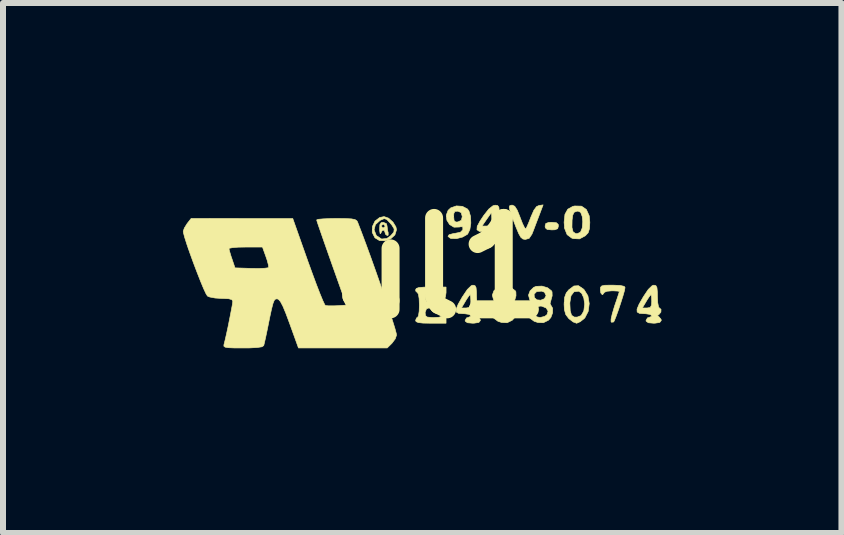
<source format=kicad_pcb>
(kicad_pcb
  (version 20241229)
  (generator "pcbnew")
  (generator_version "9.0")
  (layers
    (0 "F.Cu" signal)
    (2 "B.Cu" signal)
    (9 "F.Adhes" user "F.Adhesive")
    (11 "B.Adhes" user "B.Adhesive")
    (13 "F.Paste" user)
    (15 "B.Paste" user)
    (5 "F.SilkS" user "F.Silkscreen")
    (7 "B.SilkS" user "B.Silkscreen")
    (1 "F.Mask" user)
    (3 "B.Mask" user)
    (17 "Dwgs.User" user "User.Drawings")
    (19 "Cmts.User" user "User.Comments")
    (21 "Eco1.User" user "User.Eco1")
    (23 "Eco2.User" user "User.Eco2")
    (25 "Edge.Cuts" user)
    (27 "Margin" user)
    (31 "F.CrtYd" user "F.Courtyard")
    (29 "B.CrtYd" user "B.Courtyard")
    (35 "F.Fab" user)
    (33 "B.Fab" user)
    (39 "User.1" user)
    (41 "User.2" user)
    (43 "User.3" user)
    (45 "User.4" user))
  (footprint "ul1"
    (layer "F.Cu")
    (at 4.26 1.418)
    (property "Reference" "ul1" (at 0 0 0) (layer "F.SilkS") (effects (font (size 1.524 1.524) (thickness 0.3))))
    (attr through_hole)
    (fp_poly (pts (xy 1.966 -0.755) (xy 1.997 -0.727) (xy 2 -0.699) (xy 1.988 -0.655) (xy 1.939 -0.637) (xy 1.889 -0.635) (xy 1.813 -0.642) (xy 1.782 -0.67) (xy 1.778 -0.699) (xy 1.79 -0.742) (xy 1.839 -0.76) (xy 1.889 -0.762) (xy 1.966 -0.755)) (stroke (width 0.01) (type solid)) (fill yes) (layer "F.SilkS"))
    (fp_poly (pts (xy -0.867 -0.739) (xy -0.857 -0.701) (xy -0.847 -0.621) (xy -0.838 -0.59) (xy -0.838 -0.548) (xy -0.854 -0.54) (xy -0.885 -0.565) (xy -0.889 -0.587) (xy -0.905 -0.63) (xy -0.937 -0.625) (xy -0.962 -0.579) (xy -0.972 -0.571) (xy -0.979 -0.615) (xy -0.981 -0.643) (xy -0.978 -0.699) (xy -0.953 -0.699) (xy -0.928 -0.668) (xy -0.921 -0.667) (xy -0.89 -0.691) (xy -0.889 -0.699) (xy -0.913 -0.729) (xy -0.921 -0.73) (xy -0.952 -0.706) (xy -0.953 -0.699) (xy -0.978 -0.699) (xy -0.977 -0.722) (xy -0.955 -0.756) (xy -0.921 -0.762) (xy -0.867 -0.739)) (stroke (width 0.01) (type solid)) (fill yes) (layer "F.SilkS"))
    (fp_poly (pts (xy -0.832 -0.831) (xy -0.759 -0.766) (xy -0.709 -0.685) (xy -0.699 -0.637) (xy -0.726 -0.551) (xy -0.796 -0.487) (xy -0.888 -0.454) (xy -0.983 -0.457) (xy -1.059 -0.503) (xy -1.104 -0.593) (xy -1.103 -0.636) (xy -1.073 -0.636) (xy -1.039 -0.549) (xy -1.03 -0.537) (xy -0.948 -0.483) (xy -0.86 -0.492) (xy -0.794 -0.54) (xy -0.744 -0.599) (xy -0.738 -0.651) (xy -0.776 -0.714) (xy -0.808 -0.752) (xy -0.862 -0.809) (xy -0.904 -0.823) (xy -0.96 -0.8) (xy -0.974 -0.793) (xy -1.051 -0.723) (xy -1.073 -0.636) (xy -1.103 -0.636) (xy -1.101 -0.692) (xy -1.058 -0.781) (xy -0.981 -0.841) (xy -0.907 -0.857) (xy -0.832 -0.831)) (stroke (width 0.01) (type solid)) (fill yes) (layer "F.SilkS"))
    (fp_poly (pts (xy 1.669 -0.851) (xy 1.624 -0.733) (xy 1.584 -0.627) (xy 1.559 -0.564) (xy 1.512 -0.494) (xy 1.448 -0.476) (xy 1.408 -0.483) (xy 1.373 -0.512) (xy 1.338 -0.574) (xy 1.293 -0.681) (xy 1.273 -0.733) (xy 1.22 -0.872) (xy 1.19 -0.963) (xy 1.18 -1.016) (xy 1.19 -1.04) (xy 1.217 -1.047) (xy 1.232 -1.048) (xy 1.272 -1.029) (xy 1.313 -0.965) (xy 1.36 -0.849) (xy 1.363 -0.84) (xy 1.402 -0.74) (xy 1.435 -0.673) (xy 1.455 -0.651) (xy 1.456 -0.651) (xy 1.476 -0.689) (xy 1.51 -0.768) (xy 1.542 -0.851) (xy 1.591 -0.963) (xy 1.636 -1.024) (xy 1.677 -1.042) (xy 1.745 -1.052) (xy 1.669 -0.851)) (stroke (width 0.01) (type solid)) (fill yes) (layer "F.SilkS"))
    (fp_poly (pts (xy 2.385 -1.031) (xy 2.466 -0.975) (xy 2.514 -0.869) (xy 2.524 -0.762) (xy 2.518 -0.655) (xy 2.496 -0.587) (xy 2.449 -0.537) (xy 2.352 -0.485) (xy 2.248 -0.49) (xy 2.223 -0.498) (xy 2.145 -0.556) (xy 2.103 -0.661) (xy 2.102 -0.676) (xy 2.226 -0.676) (xy 2.244 -0.604) (xy 2.287 -0.574) (xy 2.314 -0.572) (xy 2.368 -0.597) (xy 2.397 -0.667) (xy 2.406 -0.771) (xy 2.397 -0.859) (xy 2.371 -0.928) (xy 2.328 -0.948) (xy 2.307 -0.946) (xy 2.262 -0.929) (xy 2.239 -0.88) (xy 2.228 -0.798) (xy 2.226 -0.676) (xy 2.102 -0.676) (xy 2.095 -0.762) (xy 2.109 -0.895) (xy 2.156 -0.98) (xy 2.24 -1.027) (xy 2.271 -1.034) (xy 2.385 -1.031)) (stroke (width 0.01) (type solid)) (fill yes) (layer "F.SilkS"))
    (fp_poly (pts (xy 3.03 0.291) (xy 3.096 0.306) (xy 3.111 0.325) (xy 3.102 0.376) (xy 3.076 0.467) (xy 3.04 0.581) (xy 3.001 0.698) (xy 2.963 0.803) (xy 2.934 0.876) (xy 2.921 0.9) (xy 2.886 0.905) (xy 2.878 0.896) (xy 2.878 0.853) (xy 2.897 0.768) (xy 2.93 0.656) (xy 2.937 0.633) (xy 2.975 0.522) (xy 3.003 0.437) (xy 3.016 0.394) (xy 3.016 0.391) (xy 2.988 0.385) (xy 2.918 0.381) (xy 2.889 0.381) (xy 2.81 0.388) (xy 2.765 0.406) (xy 2.762 0.413) (xy 2.738 0.444) (xy 2.731 0.445) (xy 2.707 0.417) (xy 2.699 0.365) (xy 2.702 0.322) (xy 2.723 0.299) (xy 2.774 0.288) (xy 2.871 0.286) (xy 2.905 0.286) (xy 3.03 0.291)) (stroke (width 0.01) (type solid)) (fill yes) (layer "F.SilkS"))
    (fp_poly (pts (xy 2.416 0.35) (xy 2.43 0.364) (xy 2.492 0.465) (xy 2.514 0.593) (xy 2.497 0.723) (xy 2.442 0.83) (xy 2.43 0.843) (xy 2.363 0.896) (xy 2.306 0.921) (xy 2.302 0.921) (xy 2.246 0.9) (xy 2.179 0.848) (xy 2.173 0.843) (xy 2.123 0.777) (xy 2.1 0.696) (xy 2.095 0.603) (xy 2.096 0.589) (xy 2.191 0.589) (xy 2.197 0.714) (xy 2.219 0.788) (xy 2.263 0.818) (xy 2.313 0.819) (xy 2.379 0.793) (xy 2.419 0.725) (xy 2.425 0.706) (xy 2.438 0.601) (xy 2.423 0.499) (xy 2.387 0.421) (xy 2.339 0.387) (xy 2.26 0.397) (xy 2.21 0.463) (xy 2.191 0.578) (xy 2.191 0.589) (xy 2.096 0.589) (xy 2.103 0.491) (xy 2.131 0.416) (xy 2.173 0.364) (xy 2.258 0.3) (xy 2.334 0.295) (xy 2.416 0.35)) (stroke (width 0.01) (type solid)) (fill yes) (layer "F.SilkS"))
    (fp_poly (pts (xy 0.399 -1.028) (xy 0.482 -0.985) (xy 0.508 -0.952) (xy 0.535 -0.86) (xy 0.54 -0.748) (xy 0.524 -0.642) (xy 0.488 -0.567) (xy 0.482 -0.561) (xy 0.404 -0.516) (xy 0.304 -0.49) (xy 0.216 -0.491) (xy 0.198 -0.496) (xy 0.159 -0.527) (xy 0.178 -0.555) (xy 0.249 -0.574) (xy 0.278 -0.578) (xy 0.366 -0.596) (xy 0.405 -0.635) (xy 0.407 -0.646) (xy 0.405 -0.687) (xy 0.363 -0.687) (xy 0.351 -0.683) (xy 0.259 -0.68) (xy 0.187 -0.723) (xy 0.141 -0.795) (xy 0.133 -0.857) (xy 0.254 -0.857) (xy 0.261 -0.789) (xy 0.29 -0.766) (xy 0.325 -0.768) (xy 0.382 -0.795) (xy 0.397 -0.857) (xy 0.379 -0.923) (xy 0.325 -0.947) (xy 0.275 -0.944) (xy 0.256 -0.907) (xy 0.254 -0.857) (xy 0.133 -0.857) (xy 0.13 -0.88) (xy 0.161 -0.961) (xy 0.205 -1.002) (xy 0.299 -1.035) (xy 0.399 -1.028)) (stroke (width 0.01) (type solid)) (fill yes) (layer "F.SilkS"))
    (fp_poly (pts (xy 0.986 -1.042) (xy 1.007 -1.015) (xy 1.015 -0.95) (xy 1.016 -0.873) (xy 1.02 -0.768) (xy 1.035 -0.714) (xy 1.064 -0.699) (xy 1.106 -0.673) (xy 1.111 -0.651) (xy 1.086 -0.609) (xy 1.064 -0.603) (xy 1.025 -0.577) (xy 1.016 -0.54) (xy 0.994 -0.487) (xy 0.953 -0.476) (xy 0.899 -0.499) (xy 0.889 -0.54) (xy 0.878 -0.581) (xy 0.835 -0.6) (xy 0.762 -0.603) (xy 0.681 -0.611) (xy 0.642 -0.637) (xy 0.646 -0.691) (xy 0.649 -0.699) (xy 0.726 -0.699) (xy 0.807 -0.699) (xy 0.862 -0.706) (xy 0.884 -0.741) (xy 0.889 -0.815) (xy 0.887 -0.887) (xy 0.881 -0.919) (xy 0.879 -0.918) (xy 0.856 -0.886) (xy 0.811 -0.822) (xy 0.797 -0.802) (xy 0.726 -0.699) (xy 0.649 -0.699) (xy 0.692 -0.78) (xy 0.754 -0.874) (xy 0.839 -0.982) (xy 0.908 -1.037) (xy 0.945 -1.047) (xy 0.986 -1.042)) (stroke (width 0.01) (type solid)) (fill yes) (layer "F.SilkS"))
    (fp_poly (pts (xy 0.609 0.294) (xy 0.627 0.327) (xy 0.634 0.401) (xy 0.635 0.476) (xy 0.64 0.578) (xy 0.652 0.647) (xy 0.667 0.667) (xy 0.695 0.689) (xy 0.693 0.735) (xy 0.663 0.773) (xy 0.659 0.775) (xy 0.635 0.796) (xy 0.659 0.812) (xy 0.695 0.857) (xy 0.699 0.876) (xy 0.674 0.908) (xy 0.595 0.92) (xy 0.572 0.921) (xy 0.483 0.913) (xy 0.447 0.887) (xy 0.445 0.873) (xy 0.47 0.831) (xy 0.492 0.826) (xy 0.534 0.808) (xy 0.54 0.794) (xy 0.512 0.774) (xy 0.441 0.763) (xy 0.413 0.762) (xy 0.336 0.757) (xy 0.296 0.734) (xy 0.294 0.687) (xy 0.303 0.667) (xy 0.383 0.667) (xy 0.461 0.667) (xy 0.514 0.658) (xy 0.536 0.62) (xy 0.54 0.556) (xy 0.537 0.482) (xy 0.529 0.445) (xy 0.527 0.445) (xy 0.505 0.469) (xy 0.464 0.53) (xy 0.449 0.556) (xy 0.383 0.667) (xy 0.303 0.667) (xy 0.329 0.604) (xy 0.4 0.479) (xy 0.401 0.479) (xy 0.482 0.358) (xy 0.547 0.295) (xy 0.575 0.286) (xy 0.609 0.294)) (stroke (width 0.01) (type solid)) (fill yes) (layer "F.SilkS"))
    (fp_poly (pts (xy 3.625 0.294) (xy 3.643 0.327) (xy 3.65 0.401) (xy 3.651 0.476) (xy 3.656 0.578) (xy 3.669 0.647) (xy 3.683 0.667) (xy 3.711 0.689) (xy 3.709 0.735) (xy 3.679 0.773) (xy 3.675 0.775) (xy 3.652 0.796) (xy 3.675 0.812) (xy 3.712 0.857) (xy 3.715 0.876) (xy 3.69 0.908) (xy 3.612 0.92) (xy 3.588 0.921) (xy 3.499 0.913) (xy 3.463 0.887) (xy 3.461 0.873) (xy 3.486 0.831) (xy 3.508 0.826) (xy 3.551 0.808) (xy 3.556 0.794) (xy 3.528 0.774) (xy 3.457 0.763) (xy 3.429 0.762) (xy 3.352 0.757) (xy 3.313 0.734) (xy 3.311 0.687) (xy 3.319 0.667) (xy 3.399 0.667) (xy 3.478 0.667) (xy 3.531 0.658) (xy 3.552 0.62) (xy 3.556 0.556) (xy 3.553 0.482) (xy 3.545 0.445) (xy 3.543 0.445) (xy 3.521 0.469) (xy 3.48 0.53) (xy 3.465 0.556) (xy 3.399 0.667) (xy 3.319 0.667) (xy 3.345 0.604) (xy 3.417 0.479) (xy 3.417 0.479) (xy 3.498 0.358) (xy 3.563 0.295) (xy 3.591 0.286) (xy 3.625 0.294)) (stroke (width 0.01) (type solid)) (fill yes) (layer "F.SilkS"))
    (fp_poly (pts (xy 1.216 0.33) (xy 1.281 0.38) (xy 1.291 0.398) (xy 1.293 0.464) (xy 1.275 0.525) (xy 1.258 0.593) (xy 1.271 0.62) (xy 1.301 0.671) (xy 1.299 0.748) (xy 1.271 0.826) (xy 1.231 0.871) (xy 1.145 0.913) (xy 1.054 0.909) (xy 0.991 0.888) (xy 0.915 0.831) (xy 0.898 0.762) (xy 0.991 0.762) (xy 1.037 0.814) (xy 1.09 0.826) (xy 1.167 0.807) (xy 1.206 0.778) (xy 1.225 0.719) (xy 1.192 0.667) (xy 1.121 0.637) (xy 1.09 0.635) (xy 1.024 0.653) (xy 0.996 0.683) (xy 0.991 0.762) (xy 0.898 0.762) (xy 0.894 0.744) (xy 0.915 0.657) (xy 0.935 0.574) (xy 0.917 0.52) (xy 0.915 0.517) (xy 0.898 0.453) (xy 0.904 0.437) (xy 0.992 0.437) (xy 0.996 0.492) (xy 1.038 0.531) (xy 1.103 0.537) (xy 1.162 0.513) (xy 1.191 0.464) (xy 1.191 0.46) (xy 1.165 0.404) (xy 1.116 0.386) (xy 1.034 0.394) (xy 0.992 0.437) (xy 0.904 0.437) (xy 0.924 0.381) (xy 0.985 0.323) (xy 1.027 0.306) (xy 1.123 0.302) (xy 1.216 0.33)) (stroke (width 0.01) (type solid)) (fill yes) (layer "F.SilkS"))
    (fp_poly (pts (xy 1.82 0.33) (xy 1.884 0.38) (xy 1.894 0.398) (xy 1.896 0.464) (xy 1.879 0.525) (xy 1.861 0.593) (xy 1.874 0.62) (xy 1.904 0.671) (xy 1.903 0.748) (xy 1.874 0.826) (xy 1.834 0.871) (xy 1.748 0.913) (xy 1.657 0.909) (xy 1.595 0.888) (xy 1.518 0.831) (xy 1.502 0.762) (xy 1.594 0.762) (xy 1.64 0.814) (xy 1.694 0.826) (xy 1.77 0.807) (xy 1.81 0.778) (xy 1.828 0.719) (xy 1.796 0.667) (xy 1.725 0.637) (xy 1.694 0.635) (xy 1.628 0.653) (xy 1.599 0.683) (xy 1.594 0.762) (xy 1.502 0.762) (xy 1.497 0.744) (xy 1.518 0.657) (xy 1.538 0.574) (xy 1.52 0.52) (xy 1.519 0.517) (xy 1.501 0.453) (xy 1.507 0.437) (xy 1.595 0.437) (xy 1.599 0.492) (xy 1.641 0.531) (xy 1.706 0.537) (xy 1.766 0.513) (xy 1.794 0.464) (xy 1.794 0.46) (xy 1.768 0.404) (xy 1.719 0.386) (xy 1.637 0.394) (xy 1.595 0.437) (xy 1.507 0.437) (xy 1.528 0.381) (xy 1.588 0.323) (xy 1.63 0.306) (xy 1.726 0.302) (xy 1.82 0.33)) (stroke (width 0.01) (type solid)) (fill yes) (layer "F.SilkS"))
    (fp_poly (pts (xy 0.127 0.411) (xy 0.116 0.486) (xy 0.089 0.525) (xy 0.059 0.518) (xy 0.042 0.479) (xy 0.016 0.434) (xy -0.041 0.415) (xy -0.099 0.413) (xy -0.179 0.417) (xy -0.214 0.439) (xy -0.222 0.489) (xy -0.222 0.492) (xy -0.203 0.553) (xy -0.159 0.573) (xy -0.114 0.544) (xy -0.111 0.54) (xy -0.074 0.507) (xy -0.045 0.531) (xy -0.032 0.605) (xy -0.032 0.619) (xy -0.042 0.699) (xy -0.069 0.731) (xy -0.106 0.707) (xy -0.111 0.699) (xy -0.156 0.665) (xy -0.2 0.682) (xy -0.222 0.741) (xy -0.222 0.746) (xy -0.216 0.795) (xy -0.187 0.818) (xy -0.118 0.825) (xy -0.079 0.826) (xy 0.01 0.821) (xy 0.052 0.804) (xy 0.063 0.767) (xy 0.064 0.762) (xy 0.077 0.71) (xy 0.095 0.699) (xy 0.116 0.726) (xy 0.127 0.795) (xy 0.127 0.81) (xy 0.127 0.921) (xy -0.127 0.921) (xy -0.257 0.919) (xy -0.336 0.91) (xy -0.373 0.894) (xy -0.381 0.873) (xy -0.364 0.831) (xy -0.349 0.826) (xy -0.333 0.796) (xy -0.321 0.719) (xy -0.318 0.619) (xy -0.322 0.511) (xy -0.334 0.437) (xy -0.349 0.413) (xy -0.377 0.387) (xy -0.381 0.365) (xy -0.369 0.341) (xy -0.326 0.326) (xy -0.24 0.319) (xy -0.127 0.318) (xy 0.127 0.318) (xy 0.127 0.411)) (stroke (width 0.01) (type solid)) (fill yes) (layer "F.SilkS"))
    (fp_poly (pts (xy -3.276 -0.825) (xy -2.429 -0.825) (xy -2.175 -0.107) (xy -2.102 0.094) (xy -2.035 0.275) (xy -1.976 0.427) (xy -1.929 0.541) (xy -1.897 0.609) (xy -1.885 0.625) (xy -1.835 0.631) (xy -1.746 0.631) (xy -1.691 0.629) (xy -1.533 0.619) (xy -1.781 -0.079) (xy -1.851 -0.278) (xy -1.914 -0.457) (xy -1.966 -0.607) (xy -2.005 -0.72) (xy -2.027 -0.787) (xy -2.03 -0.802) (xy -2.002 -0.812) (xy -1.922 -0.819) (xy -1.806 -0.824) (xy -1.702 -0.826) (xy -1.551 -0.824) (xy -1.452 -0.819) (xy -1.393 -0.808) (xy -1.362 -0.789) (xy -1.35 -0.77) (xy -1.281 -0.591) (xy -1.205 -0.388) (xy -1.125 -0.169) (xy -1.044 0.058) (xy -0.965 0.283) (xy -0.891 0.499) (xy -0.825 0.696) (xy -0.77 0.865) (xy -0.728 0.999) (xy -0.704 1.088) (xy -0.699 1.119) (xy -0.72 1.181) (xy -0.772 1.251) (xy -0.776 1.256) (xy -0.854 1.333) (xy -1.594 1.333) (xy -2.334 1.333) (xy -2.48 0.928) (xy -2.544 0.756) (xy -2.594 0.636) (xy -2.634 0.561) (xy -2.667 0.523) (xy -2.688 0.515) (xy -2.715 0.517) (xy -2.738 0.54) (xy -2.759 0.593) (xy -2.783 0.686) (xy -2.814 0.829) (xy -2.824 0.88) (xy -2.854 1.029) (xy -2.881 1.157) (xy -2.902 1.25) (xy -2.913 1.294) (xy -2.943 1.314) (xy -3.021 1.326) (xy -3.152 1.333) (xy -3.26 1.333) (xy -3.408 1.333) (xy -3.504 1.329) (xy -3.556 1.32) (xy -3.577 1.304) (xy -3.577 1.28) (xy -3.576 1.278) (xy -3.558 1.206) (xy -3.533 1.097) (xy -3.505 0.966) (xy -3.478 0.83) (xy -3.454 0.706) (xy -3.436 0.61) (xy -3.429 0.558) (xy -3.429 0.556) (xy -3.444 0.528) (xy -3.495 0.513) (xy -3.596 0.508) (xy -3.613 0.508) (xy -3.724 0.501) (xy -3.813 0.484) (xy -3.851 0.468) (xy -3.876 0.428) (xy -3.917 0.34) (xy -3.968 0.217) (xy -4.026 0.069) (xy -4.086 -0.089) (xy -4.143 -0.246) (xy -4.17 -0.323) (xy -3.493 -0.323) (xy -3.483 -0.28) (xy -3.459 -0.199) (xy -3.442 -0.15) (xy -3.392 -0.002) (xy -3.117 0.007) (xy -2.992 0.008) (xy -2.894 0.004) (xy -2.838 -0.004) (xy -2.831 -0.009) (xy -2.835 -0.05) (xy -2.856 -0.13) (xy -2.877 -0.191) (xy -2.934 -0.349) (xy -3.213 -0.349) (xy -3.337 -0.347) (xy -3.433 -0.339) (xy -3.486 -0.329) (xy -3.493 -0.323) (xy -4.17 -0.323) (xy -4.193 -0.39) (xy -4.231 -0.509) (xy -4.252 -0.589) (xy -4.255 -0.612) (xy -4.236 -0.667) (xy -4.191 -0.739) (xy -4.189 -0.742) (xy -4.123 -0.826) (xy -3.276 -0.825)) (stroke (width 0.01) (type solid)) (fill yes) (layer "F.SilkS")))
  (gr_rect
    (start -3 -3)
    (end 10.979 5.836)
    (stroke (width 0.1) (type default))
    (fill no)
    (layer "Edge.Cuts")))
</source>
